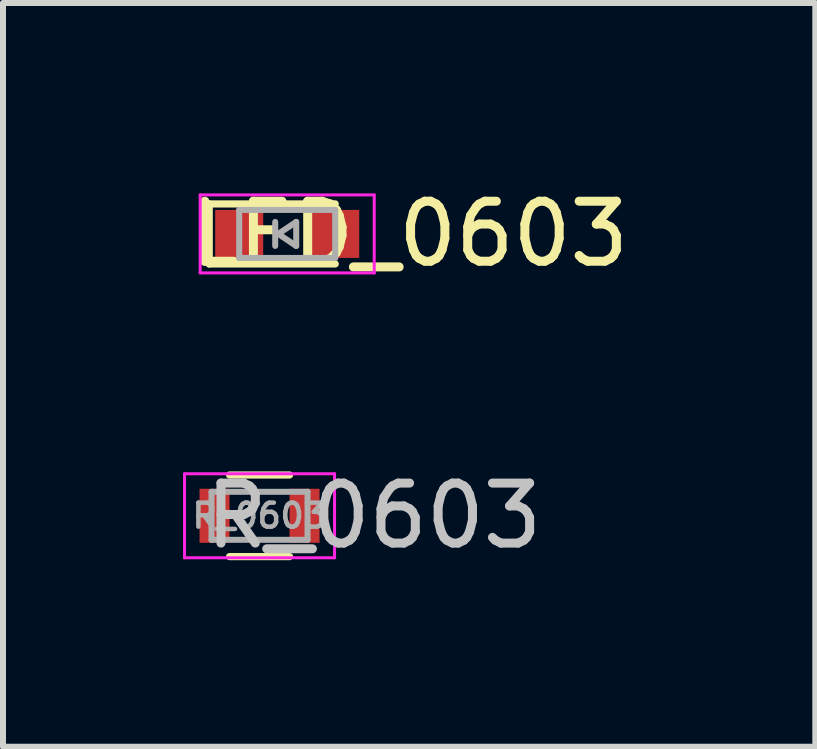
<source format=kicad_pcb>
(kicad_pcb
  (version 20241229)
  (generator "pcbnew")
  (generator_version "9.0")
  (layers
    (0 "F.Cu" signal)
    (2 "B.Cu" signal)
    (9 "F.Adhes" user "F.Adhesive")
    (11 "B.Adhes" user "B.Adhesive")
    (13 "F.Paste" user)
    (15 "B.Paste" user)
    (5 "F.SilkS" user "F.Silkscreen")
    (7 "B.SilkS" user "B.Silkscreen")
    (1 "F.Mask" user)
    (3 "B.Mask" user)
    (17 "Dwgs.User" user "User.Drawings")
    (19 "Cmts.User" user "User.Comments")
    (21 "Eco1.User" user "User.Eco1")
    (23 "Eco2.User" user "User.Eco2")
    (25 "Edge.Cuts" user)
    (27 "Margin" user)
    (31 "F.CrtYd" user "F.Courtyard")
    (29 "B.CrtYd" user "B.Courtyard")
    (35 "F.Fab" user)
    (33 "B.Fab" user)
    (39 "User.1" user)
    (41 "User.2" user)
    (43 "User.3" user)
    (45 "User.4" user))
  (footprint "R_0603"
    (layer "F.Cu")
    (at 1.275 5.545)
    (property "Reference" "R_0603" (at 1.905 0 180) (layer "Dwgs.User") (effects (font (size 1 1) (thickness 0.15))))
    (attr smd)
    (fp_line (start -0.5 -0.68) (end 0.5 -0.68) (stroke (width 0.12) (type solid)) (layer "F.SilkS"))
    (fp_line (start 0.5 0.68) (end -0.5 0.68) (stroke (width 0.12) (type solid)) (layer "F.SilkS"))
    (fp_line (start -1.25 -0.7) (end -1.25 0.7) (stroke (width 0.05) (type solid)) (layer "F.CrtYd"))
    (fp_line (start -1.25 -0.7) (end 1.25 -0.7) (stroke (width 0.05) (type solid)) (layer "F.CrtYd"))
    (fp_line (start 1.25 0.7) (end -1.25 0.7) (stroke (width 0.05) (type solid)) (layer "F.CrtYd"))
    (fp_line (start 1.25 0.7) (end 1.25 -0.7) (stroke (width 0.05) (type solid)) (layer "F.CrtYd"))
    (fp_line (start -0.8 -0.4) (end 0.8 -0.4) (stroke (width 0.1) (type solid)) (layer "F.Fab"))
    (fp_line (start -0.8 0.4) (end -0.8 -0.4) (stroke (width 0.1) (type solid)) (layer "F.Fab"))
    (fp_line (start 0.8 -0.4) (end 0.8 0.4) (stroke (width 0.1) (type solid)) (layer "F.Fab"))
    (fp_line (start 0.8 0.4) (end -0.8 0.4) (stroke (width 0.1) (type solid)) (layer "F.Fab"))
    (fp_text user "${REFERENCE}" (at 0 0 180) (layer "F.Fab") (effects (font (size 0.4 0.4) (thickness 0.075))))
    (pad "1" smd rect (at -0.75 0) (size 0.5 0.9) (layers "F.Cu" "F.Mask" "F.Paste"))
    (pad "2" smd rect (at 0.75 0) (size 0.5 0.9) (layers "F.Cu" "F.Mask" "F.Paste")))
  (footprint "LED_0603"
    (layer "F.Cu")
    (at 1.736 0.848)
    (property "Reference" "LED_0603" (at 2.032 0 0) (layer "F.SilkS") (effects (font (size 1 1) (thickness 0.15))))
    (attr smd)
    (fp_line (start -1.3 -0.5) (end -1.3 0.5) (stroke (width 0.12) (type solid)) (layer "F.SilkS"))
    (fp_line (start -1.3 -0.5) (end 0.8 -0.5) (stroke (width 0.12) (type solid)) (layer "F.SilkS"))
    (fp_line (start -1.3 0.5) (end 0.8 0.5) (stroke (width 0.12) (type solid)) (layer "F.SilkS"))
    (fp_line (start -1.45 -0.65) (end 1.45 -0.65) (stroke (width 0.05) (type solid)) (layer "F.CrtYd"))
    (fp_line (start -1.45 0.65) (end -1.45 -0.65) (stroke (width 0.05) (type solid)) (layer "F.CrtYd"))
    (fp_line (start 1.45 -0.65) (end 1.45 0.65) (stroke (width 0.05) (type solid)) (layer "F.CrtYd"))
    (fp_line (start 1.45 0.65) (end -1.45 0.65) (stroke (width 0.05) (type solid)) (layer "F.CrtYd"))
    (fp_line (start -0.8 -0.4) (end 0.8 -0.4) (stroke (width 0.1) (type solid)) (layer "F.Fab"))
    (fp_line (start -0.8 0.4) (end -0.8 -0.4) (stroke (width 0.1) (type solid)) (layer "F.Fab"))
    (fp_line (start -0.2 -0.2) (end -0.2 0.2) (stroke (width 0.1) (type solid)) (layer "F.Fab"))
    (fp_line (start -0.15 0) (end 0.15 -0.2) (stroke (width 0.1) (type solid)) (layer "F.Fab"))
    (fp_line (start 0.15 -0.2) (end 0.15 0.2) (stroke (width 0.1) (type solid)) (layer "F.Fab"))
    (fp_line (start 0.15 0.2) (end -0.15 0) (stroke (width 0.1) (type solid)) (layer "F.Fab"))
    (fp_line (start 0.8 -0.4) (end 0.8 0.4) (stroke (width 0.1) (type solid)) (layer "F.Fab"))
    (fp_line (start 0.8 0.4) (end -0.8 0.4) (stroke (width 0.1) (type solid)) (layer "F.Fab"))
    (pad "1" smd rect (at -0.8 0 180) (size 0.8 0.8) (layers "F.Cu" "F.Mask" "F.Paste"))
    (pad "2" smd rect (at 0.8 0 180) (size 0.8 0.8) (layers "F.Cu" "F.Mask" "F.Paste")))
  (gr_rect
    (start -3 -3)
    (end 10.536 9.393)
    (stroke (width 0.1) (type default))
    (fill no)
    (layer "Edge.Cuts")))
</source>
